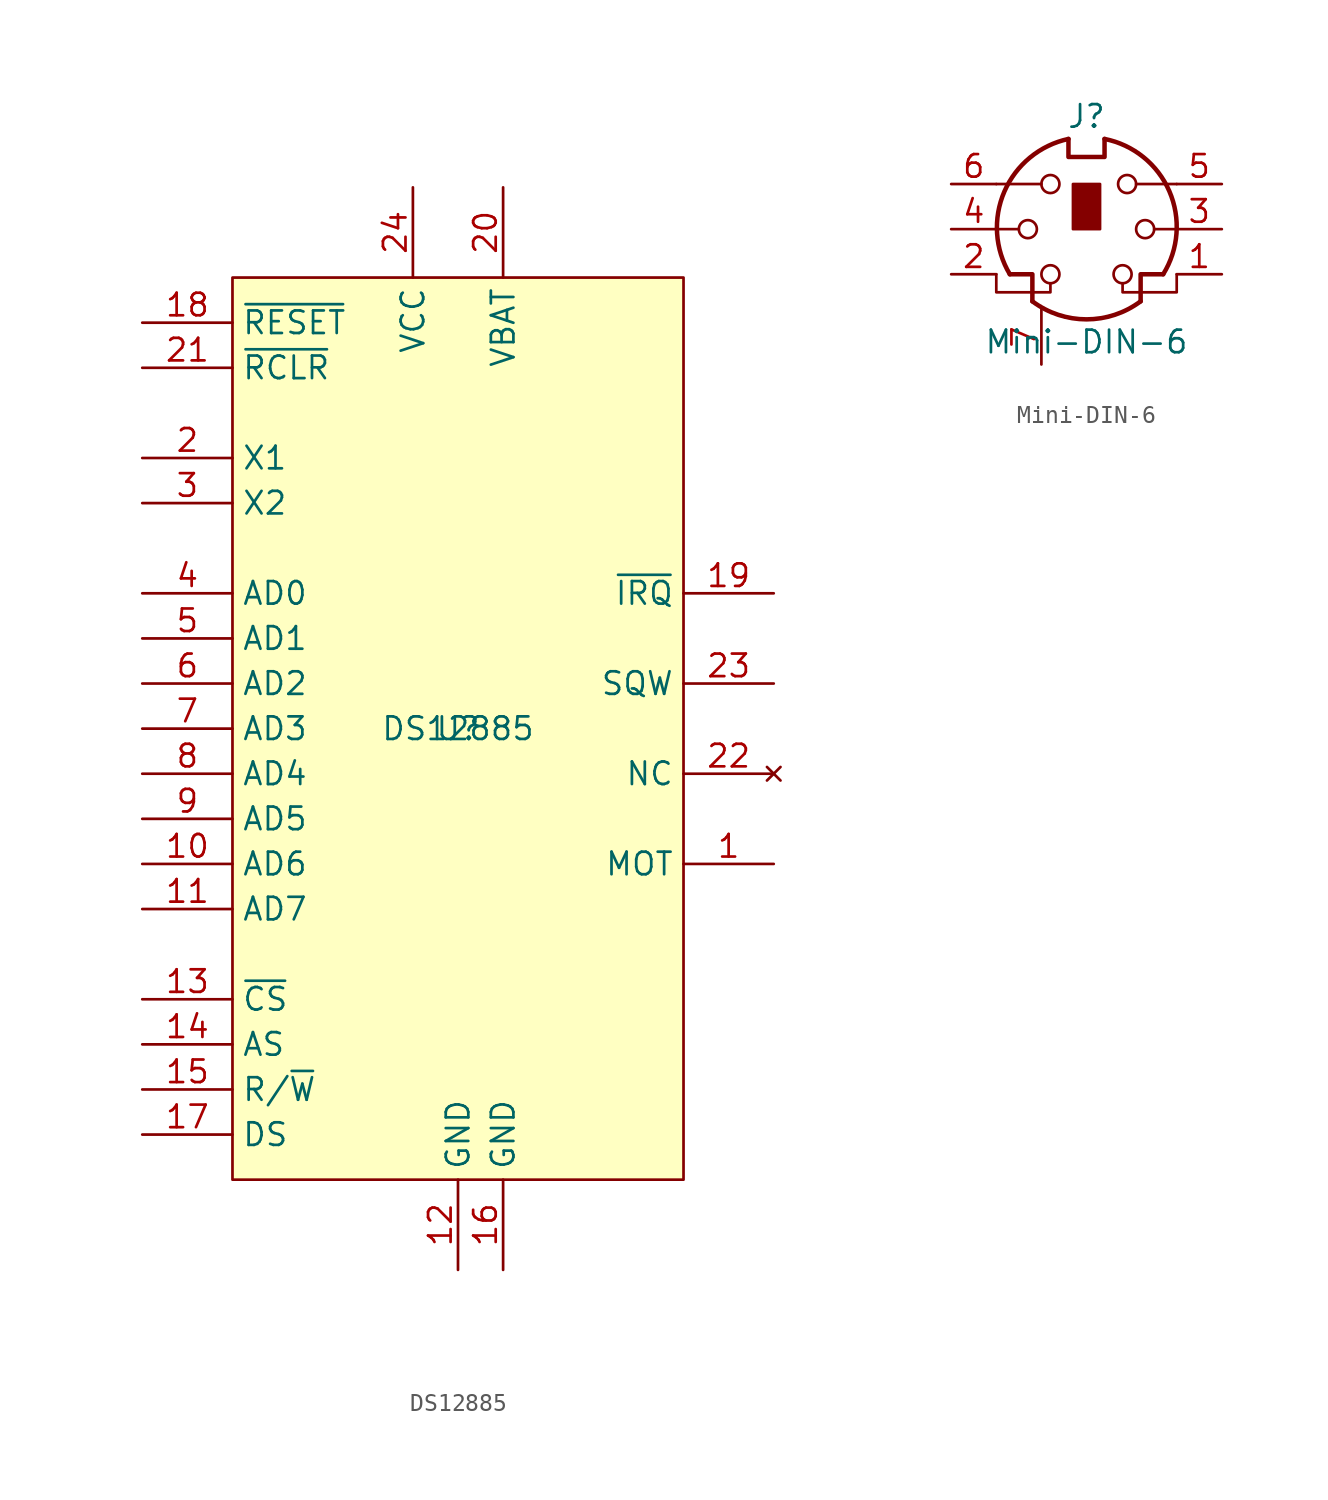
<source format=kicad_sym>
(kicad_symbol_lib
  (version 20231120)
  (generator "kicad_symbol_editor")
  (generator_version "8.0")
  (symbol "DS12885"
    (property "Reference" "U"
      (at 0 0 0)
      (effects (font (size 1.27 1.27))))
    (property "Value" "DS12885"
      (at 0 0 0)
      (effects (font (size 1.27 1.27))))
    (symbol "DS12885_0_0"
      (pin input line (at 17.78 -7.62 180) (length 5.08) (name "MOT" (effects (font (size 1.27 1.27)))) (number "1" (effects (font (size 1.27 1.27)))))
      (pin bidirectional line (at -17.78 -7.62 0) (length 5.08) (name "AD6" (effects (font (size 1.27 1.27)))) (number "10" (effects (font (size 1.27 1.27)))))
      (pin bidirectional line (at -17.78 -10.16 0) (length 5.08) (name "AD7" (effects (font (size 1.27 1.27)))) (number "11" (effects (font (size 1.27 1.27)))))
      (pin power_in line (at 0 -30.48 90) (length 5.08) (name "GND" (effects (font (size 1.27 1.27)))) (number "12" (effects (font (size 1.27 1.27)))))
      (pin input line (at -17.78 -15.24 0) (length 5.08) (name "~{CS}" (effects (font (size 1.27 1.27)))) (number "13" (effects (font (size 1.27 1.27)))))
      (pin input line (at -17.78 -17.78 0) (length 5.08) (name "AS" (effects (font (size 1.27 1.27)))) (number "14" (effects (font (size 1.27 1.27)))))
      (pin input line (at -17.78 -20.32 0) (length 5.08) (name "R/~{W}" (effects (font (size 1.27 1.27)))) (number "15" (effects (font (size 1.27 1.27)))))
      (pin power_in line (at 2.54 -30.48 90) (length 5.08) (name "GND" (effects (font (size 1.27 1.27)))) (number "16" (effects (font (size 1.27 1.27)))))
      (pin input line (at -17.78 -22.86 0) (length 5.08) (name "DS" (effects (font (size 1.27 1.27)))) (number "17" (effects (font (size 1.27 1.27)))))
      (pin input line (at -17.78 22.86 0) (length 5.08) (name "~{RESET}" (effects (font (size 1.27 1.27)))) (number "18" (effects (font (size 1.27 1.27)))))
      (pin output line (at 17.78 7.62 180) (length 5.08) (name "~{IRQ}" (effects (font (size 1.27 1.27)))) (number "19" (effects (font (size 1.27 1.27)))))
      (pin bidirectional line (at -17.78 15.24 0) (length 5.08) (name "X1" (effects (font (size 1.27 1.27)))) (number "2" (effects (font (size 1.27 1.27)))))
      (pin power_in line (at 2.54 30.48 270) (length 5.08) (name "VBAT" (effects (font (size 1.27 1.27)))) (number "20" (effects (font (size 1.27 1.27)))))
      (pin input line (at -17.78 20.32 0) (length 5.08) (name "~{RCLR}" (effects (font (size 1.27 1.27)))) (number "21" (effects (font (size 1.27 1.27)))))
      (pin no_connect line (at 17.78 -2.54 180) (length 5.08) (name "NC" (effects (font (size 1.27 1.27)))) (number "22" (effects (font (size 1.27 1.27)))))
      (pin output line (at 17.78 2.54 180) (length 5.08) (name "SQW" (effects (font (size 1.27 1.27)))) (number "23" (effects (font (size 1.27 1.27)))))
      (pin power_in line (at -2.54 30.48 270) (length 5.08) (name "VCC" (effects (font (size 1.27 1.27)))) (number "24" (effects (font (size 1.27 1.27)))))
      (pin bidirectional line (at -17.78 12.7 0) (length 5.08) (name "X2" (effects (font (size 1.27 1.27)))) (number "3" (effects (font (size 1.27 1.27)))))
      (pin bidirectional line (at -17.78 7.62 0) (length 5.08) (name "AD0" (effects (font (size 1.27 1.27)))) (number "4" (effects (font (size 1.27 1.27)))))
      (pin bidirectional line (at -17.78 5.08 0) (length 5.08) (name "AD1" (effects (font (size 1.27 1.27)))) (number "5" (effects (font (size 1.27 1.27)))))
      (pin bidirectional line (at -17.78 2.54 0) (length 5.08) (name "AD2" (effects (font (size 1.27 1.27)))) (number "6" (effects (font (size 1.27 1.27)))))
      (pin bidirectional line (at -17.78 0 0) (length 5.08) (name "AD3" (effects (font (size 1.27 1.27)))) (number "7" (effects (font (size 1.27 1.27)))))
      (pin bidirectional line (at -17.78 -2.54 0) (length 5.08) (name "AD4" (effects (font (size 1.27 1.27)))) (number "8" (effects (font (size 1.27 1.27)))))
      (pin bidirectional line (at -17.78 -5.08 0) (length 5.08) (name "AD5" (effects (font (size 1.27 1.27)))) (number "9" (effects (font (size 1.27 1.27))))))
    (symbol "DS12885_1_1"
      (rectangle (start -12.7 25.4) (end 12.7 -25.4) (stroke (width 0) (type default)) (fill (type background)))))
  (symbol "Mini-DIN-6"
    (pin_names
      (offset 1.016))
    (property "Reference" "J"
      (at 0 6.35 0)
      (effects (font (size 1.27 1.27))))
    (property "Value" "Mini-DIN-6"
      (at 0 -6.35 0)
      (effects (font (size 1.27 1.27))))
    (symbol "Mini-DIN-6_0_1"
      (circle (center -3.302 0) (radius 0.508) (stroke (width 0) (type default)) (fill (type none)))
      (arc (start -3.048 -4.064) (mid 0 -5.08) (end 3.048 -4.064) (stroke (width 0.254) (type default)) (fill (type none)))
      (circle (center -2.032 -2.54) (radius 0.508) (stroke (width 0) (type default)) (fill (type none)))
      (circle (center -2.032 2.54) (radius 0.508) (stroke (width 0) (type default)) (fill (type none)))
      (arc (start -1.016 5.08) (mid -4.6243 2.1181) (end -4.318 -2.54) (stroke (width 0.254) (type default)) (fill (type none)))
      (rectangle (start -0.762 2.54) (end 0.762 0) (stroke (width 0) (type default)) (fill (type outline)))
      (polyline (pts (xy -3.81 0) (xy -5.08 0)) (stroke (width 0) (type default)) (fill (type none)))
      (polyline (pts (xy -2.54 2.54) (xy -5.08 2.54)) (stroke (width 0) (type default)) (fill (type none)))
      (polyline (pts (xy 2.794 2.54) (xy 5.08 2.54)) (stroke (width 0) (type default)) (fill (type none)))
      (polyline (pts (xy 5.08 0) (xy 3.81 0)) (stroke (width 0) (type default)) (fill (type none)))
      (polyline (pts (xy -4.318 -2.54) (xy -3.048 -2.54) (xy -3.048 -4.064)) (stroke (width 0.254) (type default)) (fill (type none)))
      (polyline (pts (xy 4.318 -2.54) (xy 3.048 -2.54) (xy 3.048 -4.064)) (stroke (width 0.254) (type default)) (fill (type none)))
      (polyline (pts (xy -2.032 -3.048) (xy -2.032 -3.556) (xy -5.08 -3.556) (xy -5.08 -2.54)) (stroke (width 0) (type default)) (fill (type none)))
      (polyline (pts (xy -1.016 5.08) (xy -1.016 4.064) (xy 1.016 4.064) (xy 1.016 5.08)) (stroke (width 0.254) (type default)) (fill (type none)))
      (polyline (pts (xy 2.032 -3.048) (xy 2.032 -3.556) (xy 5.08 -3.556) (xy 5.08 -2.54)) (stroke (width 0) (type default)) (fill (type none)))
      (circle (center 2.032 -2.54) (radius 0.508) (stroke (width 0) (type default)) (fill (type none)))
      (circle (center 2.286 2.54) (radius 0.508) (stroke (width 0) (type default)) (fill (type none)))
      (circle (center 3.302 0) (radius 0.508) (stroke (width 0) (type default)) (fill (type none)))
      (arc (start 4.318 -2.54) (mid 4.6646 2.1357) (end 1.016 5.08) (stroke (width 0.254) (type default)) (fill (type none))))
    (symbol "Mini-DIN-6_1_1"
      (pin passive line (at 7.62 -2.54 180) (length 2.54) (name "~" (effects (font (size 1.27 1.27)))) (number "1" (effects (font (size 1.27 1.27)))))
      (pin passive line (at -7.62 -2.54 0) (length 2.54) (name "~" (effects (font (size 1.27 1.27)))) (number "2" (effects (font (size 1.27 1.27)))))
      (pin passive line (at 7.62 0 180) (length 2.54) (name "~" (effects (font (size 1.27 1.27)))) (number "3" (effects (font (size 1.27 1.27)))))
      (pin passive line (at -7.62 0 0) (length 2.54) (name "~" (effects (font (size 1.27 1.27)))) (number "4" (effects (font (size 1.27 1.27)))))
      (pin passive line (at 7.62 2.54 180) (length 2.54) (name "~" (effects (font (size 1.27 1.27)))) (number "5" (effects (font (size 1.27 1.27)))))
      (pin passive line (at -7.62 2.54 0) (length 2.54) (name "~" (effects (font (size 1.27 1.27)))) (number "6" (effects (font (size 1.27 1.27)))))
      (pin passive line (at -2.54 -7.62 90) (length 3.099) (name "" (effects (font (size 1.27 1.27)))) (number "7" (effects (font (size 1.27 1.27))))))))
</source>
